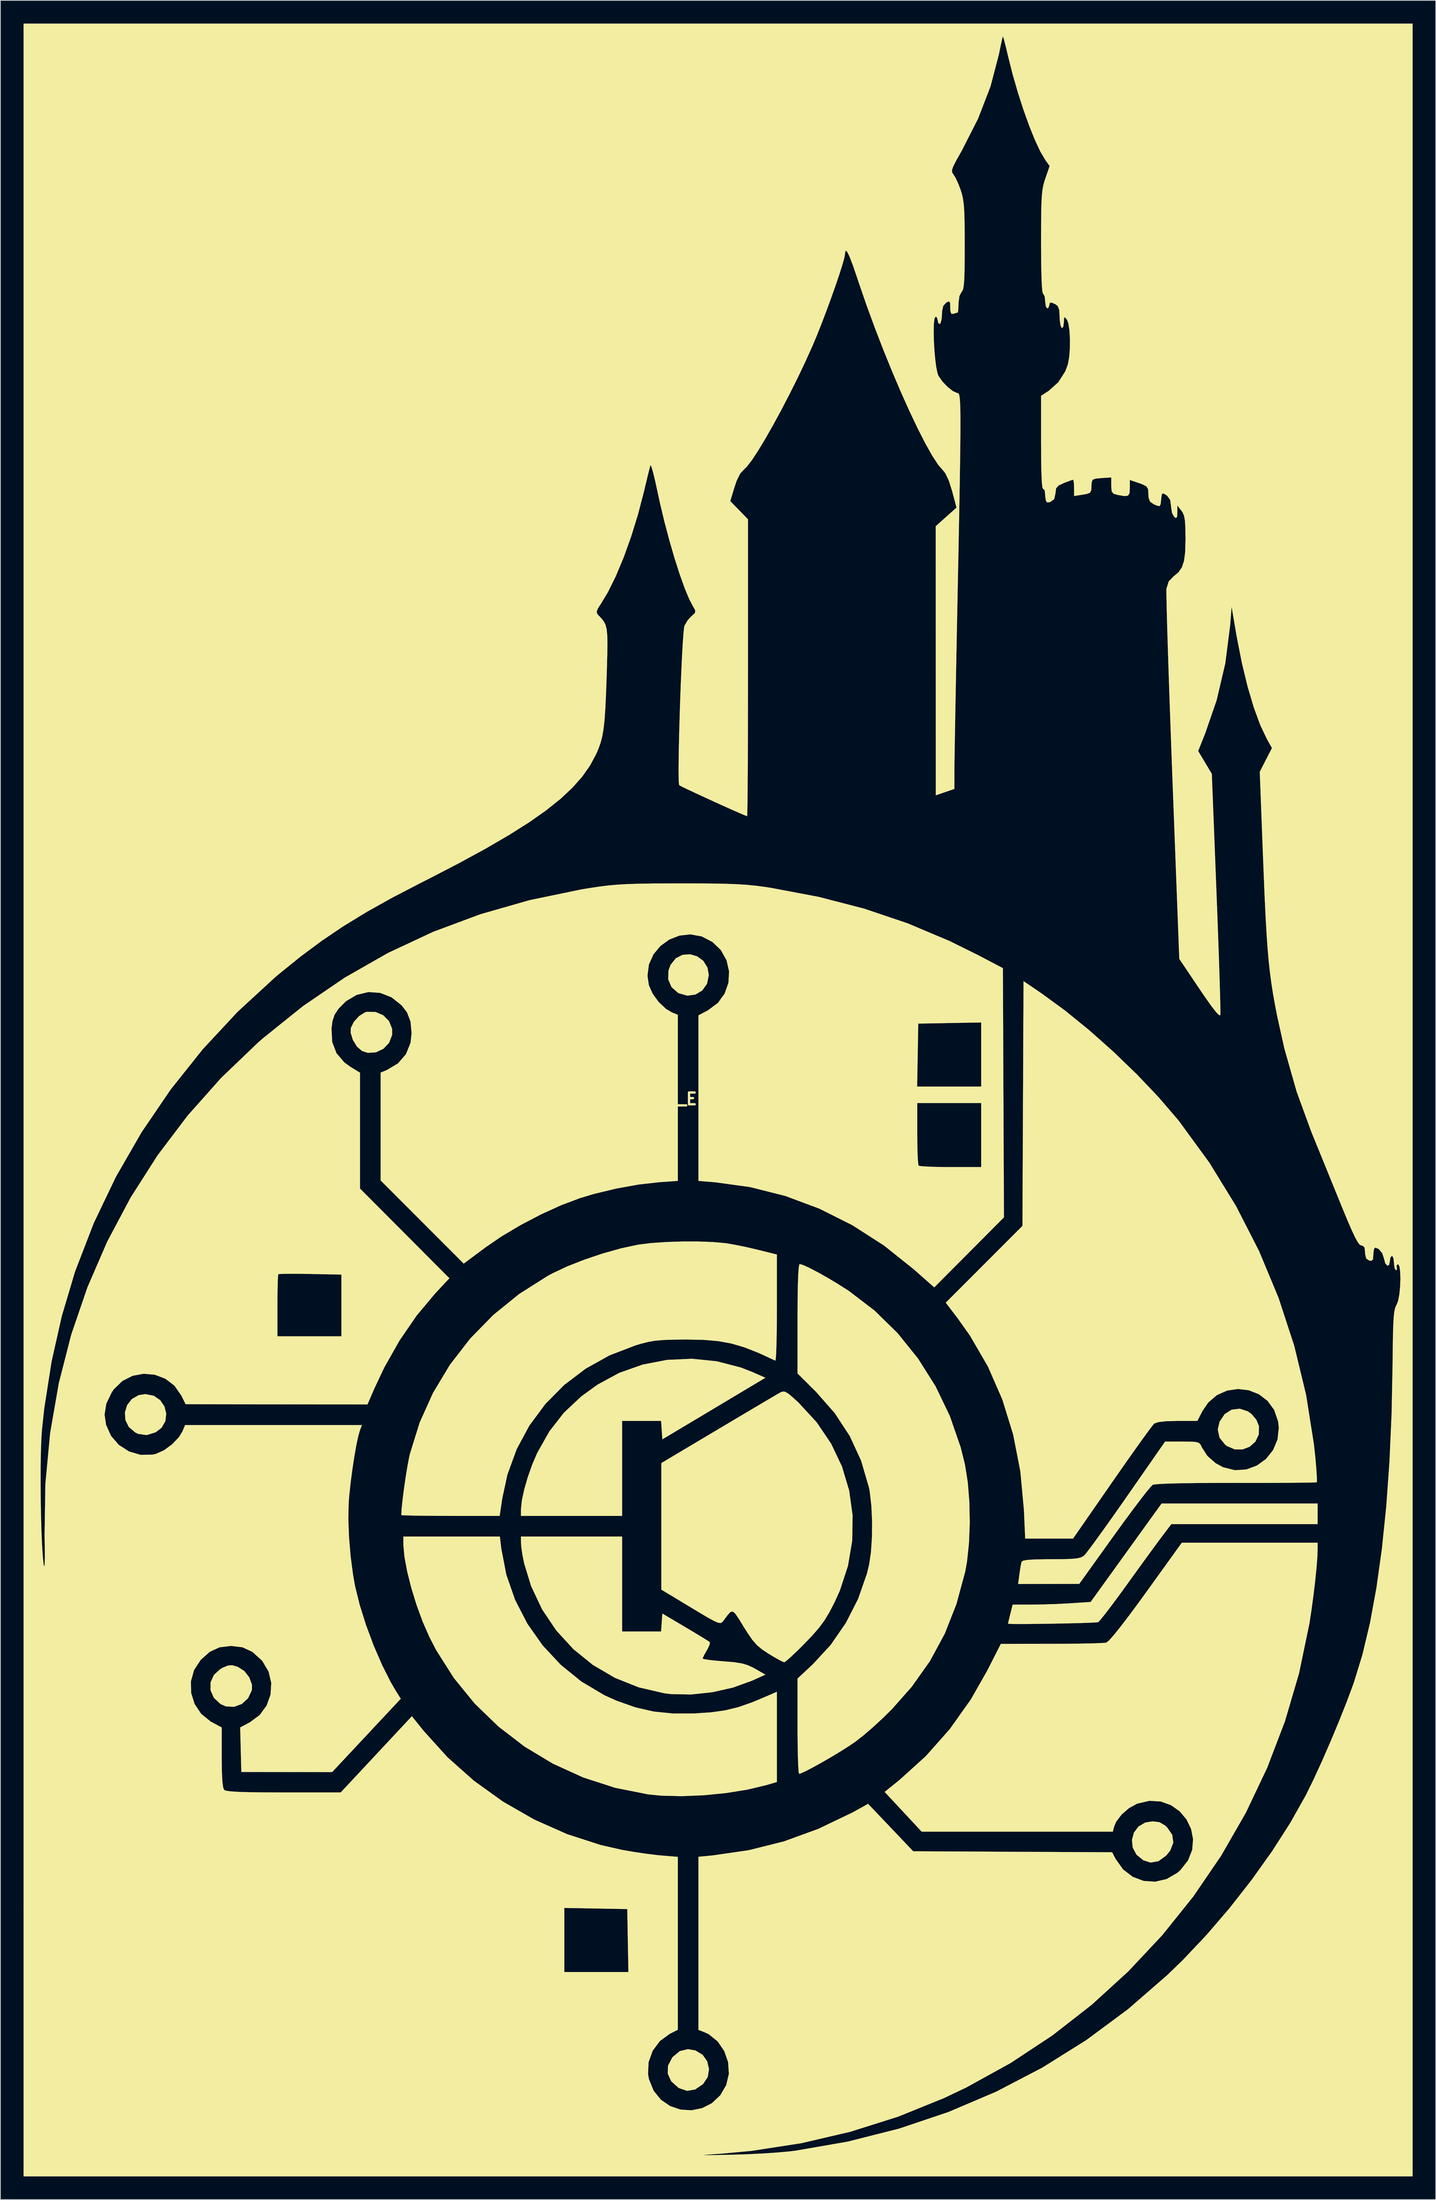
<source format=kicad_pcb>
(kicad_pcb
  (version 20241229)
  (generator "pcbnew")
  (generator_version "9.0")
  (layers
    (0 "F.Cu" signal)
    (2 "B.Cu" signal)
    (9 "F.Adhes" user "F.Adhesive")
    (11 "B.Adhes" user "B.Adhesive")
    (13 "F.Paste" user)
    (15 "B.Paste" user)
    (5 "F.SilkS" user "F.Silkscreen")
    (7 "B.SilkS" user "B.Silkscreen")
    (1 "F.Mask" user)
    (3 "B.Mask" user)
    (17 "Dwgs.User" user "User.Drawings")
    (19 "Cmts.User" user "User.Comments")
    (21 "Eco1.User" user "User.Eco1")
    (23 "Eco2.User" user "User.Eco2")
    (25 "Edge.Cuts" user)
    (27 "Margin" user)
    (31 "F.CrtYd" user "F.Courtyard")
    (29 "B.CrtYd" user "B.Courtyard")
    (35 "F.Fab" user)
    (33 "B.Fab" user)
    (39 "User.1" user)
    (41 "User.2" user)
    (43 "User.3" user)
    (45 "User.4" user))
  (footprint "LOGO_ElectroCastle"
    (layer "F.Cu")
    (at 89.841 139.304)
    (property "Reference" "LOGO_ElectroCastle" (at 0 0 0) (layer "F.SilkS") (effects (font (size 1.524 1.524) (thickness 0.3))))
    (attr through_hole)
    (fp_poly (pts (xy -72.97 38.449) (xy -72.135 39.021) (xy -71.585 39.835) (xy -71.352 40.778) (xy -71.467 41.737) (xy -71.96 42.597) (xy -72.719 43.177) (xy -73.886 43.543) (xy -74.99 43.386) (xy -75.368 43.208) (xy -76.214 42.487) (xy -76.65 41.578) (xy -76.708 40.595) (xy -76.418 39.654) (xy -75.812 38.872) (xy -74.918 38.365) (xy -74.061 38.234) (xy -72.97 38.449)) (stroke (width 0.01) (type solid)) (fill yes) (layer "F.SilkS"))
    (fp_poly (pts (xy -2.802 123.258) (xy -1.868 123.815) (xy -1.269 124.67) (xy -1.04 125.682) (xy -1.211 126.71) (xy -1.814 127.614) (xy -2.839 128.314) (xy -3.889 128.486) (xy -4.943 128.127) (xy -4.996 128.094) (xy -5.927 127.264) (xy -6.384 126.278) (xy -6.35 125.223) (xy -5.81 124.183) (xy -5.749 124.109) (xy -4.825 123.34) (xy -3.769 123.088) (xy -2.802 123.258)) (stroke (width 0.01) (type solid)) (fill yes) (layer "F.SilkS"))
    (fp_poly (pts (xy -2.554 -18.463) (xy -1.765 -17.874) (xy -1.234 -17.003) (xy -1.069 -16.042) (xy -1.299 -14.915) (xy -1.913 -14.053) (xy -2.802 -13.52) (xy -3.856 -13.38) (xy -4.964 -13.695) (xy -5.051 -13.742) (xy -5.898 -14.486) (xy -6.324 -15.48) (xy -6.299 -16.608) (xy -6.013 -17.384) (xy -5.329 -18.231) (xy -4.449 -18.672) (xy -3.486 -18.74) (xy -2.554 -18.463)) (stroke (width 0.01) (type solid)) (fill yes) (layer "F.SilkS"))
    (fp_poly (pts (xy 57.326 93.692) (xy 58.044 94.115) (xy 58.307 94.36) (xy 58.971 95.324) (xy 59.107 96.335) (xy 58.718 97.358) (xy 58.179 98.017) (xy 57.184 98.735) (xy 56.166 98.919) (xy 55.212 98.616) (xy 54.325 97.883) (xy 53.847 96.968) (xy 53.75 95.982) (xy 54.007 95.039) (xy 54.592 94.25) (xy 55.478 93.729) (xy 56.415 93.579) (xy 57.326 93.692)) (stroke (width 0.01) (type solid)) (fill yes) (layer "F.SilkS"))
    (fp_poly (pts (xy 68.764 40.47) (xy 69.219 40.79) (xy 69.87 41.563) (xy 70.2 42.366) (xy 70.179 43.469) (xy 69.747 44.382) (xy 69.011 45.047) (xy 68.077 45.404) (xy 67.052 45.393) (xy 66.044 44.955) (xy 65.825 44.787) (xy 65.09 43.872) (xy 64.868 42.816) (xy 65.1 41.811) (xy 65.758 40.823) (xy 66.665 40.252) (xy 67.705 40.125) (xy 68.764 40.47)) (stroke (width 0.01) (type solid)) (fill yes) (layer "F.SilkS"))
    (fp_poly (pts (xy -44.238 -11.269) (xy -43.242 -10.838) (xy -42.494 -10.084) (xy -42.098 -9.102) (xy -42.089 -8.303) (xy -42.48 -7.276) (xy -43.225 -6.497) (xy -44.19 -6.038) (xy -45.243 -5.971) (xy -45.987 -6.209) (xy -46.652 -6.784) (xy -47.177 -7.642) (xy -47.459 -8.567) (xy -47.442 -9.191) (xy -47.045 -9.999) (xy -46.371 -10.738) (xy -45.607 -11.217) (xy -45.379 -11.283) (xy -44.238 -11.269)) (stroke (width 0.01) (type solid)) (fill yes) (layer "F.SilkS"))
    (fp_poly (pts (xy -62.109 73.557) (xy -62.08 73.568) (xy -61.235 74.111) (xy -60.59 74.941) (xy -60.249 75.882) (xy -60.267 76.598) (xy -60.764 77.646) (xy -61.575 78.379) (xy -62.575 78.744) (xy -63.641 78.684) (xy -64.323 78.383) (xy -65.19 77.574) (xy -65.617 76.593) (xy -65.609 75.56) (xy -65.173 74.597) (xy -64.316 73.825) (xy -64.08 73.697) (xy -63.361 73.394) (xy -62.802 73.354) (xy -62.109 73.557)) (stroke (width 0.01) (type solid)) (fill yes) (layer "F.SilkS"))
    (fp_poly (pts (xy -0.031 33.983) (xy 3.089 34.79) (xy 4.671 35.41) (xy 6.266 36.117) (xy -0.409 40.107) (xy -7.085 44.096) (xy -7.167 42.903) (xy -7.248 41.709) (xy -12.299 41.709) (xy -12.299 54.008) (xy -25.4 54.008) (xy -25.4 53.115) (xy -25.287 52.012) (xy -24.978 50.585) (xy -24.517 48.987) (xy -23.948 47.373) (xy -23.317 45.896) (xy -23.297 45.854) (xy -21.719 43.058) (xy -19.836 40.641) (xy -17.572 38.519) (xy -15.488 37.01) (xy -12.672 35.484) (xy -9.641 34.412) (xy -6.472 33.8) (xy -3.243 33.655) (xy -0.031 33.983)) (stroke (width 0.01) (type solid)) (fill yes) (layer "F.SilkS"))
    (fp_poly (pts (xy 77.804 55.078) (xy 58.852 55.078) (xy 57.686 56.615) (xy 57.174 57.301) (xy 56.419 58.33) (xy 55.486 59.61) (xy 54.442 61.049) (xy 53.355 62.555) (xy 53.094 62.919) (xy 52.08 64.315) (xy 51.157 65.559) (xy 50.375 66.586) (xy 49.783 67.331) (xy 49.43 67.732) (xy 49.365 67.781) (xy 49.015 67.817) (xy 48.243 67.853) (xy 47.142 67.89) (xy 45.806 67.925) (xy 44.329 67.956) (xy 42.803 67.982) (xy 41.322 68.002) (xy 39.979 68.013) (xy 38.868 68.015) (xy 38.082 68.006) (xy 37.714 67.984) (xy 37.699 67.976) (xy 37.758 67.684) (xy 37.909 67.052) (xy 37.998 66.693) (xy 38.297 65.505) (xy 40.739 65.504) (xy 42.197 65.483) (xy 43.876 65.428) (xy 45.462 65.35) (xy 45.79 65.33) (xy 48.4 65.157) (xy 57.591 52.404) (xy 77.804 52.404) (xy 77.804 55.078)) (stroke (width 0.01) (type solid)) (fill yes) (layer "F.SilkS"))
    (fp_poly (pts (xy -27.956 58.219) (xy -27.296 61.636) (xy -26.154 64.907) (xy -24.57 67.978) (xy -22.582 70.8) (xy -20.231 73.318) (xy -17.556 75.482) (xy -14.596 77.239) (xy -13.023 77.948) (xy -10.572 78.813) (xy -8.201 79.356) (xy -5.723 79.608) (xy -2.961 79.601) (xy -0.788 79.457) (xy 1.052 79.199) (xy 2.756 78.784) (xy 4.522 78.167) (xy 5.682 77.688) (xy 7.754 76.794) (xy 7.754 88.484) (xy 6.345 88.894) (xy 3.912 89.473) (xy 1.17 89.913) (xy -1.711 90.198) (xy -4.562 90.316) (xy -7.212 90.253) (xy -8.921 90.086) (xy -13.212 89.231) (xy -17.338 87.896) (xy -21.259 86.109) (xy -24.935 83.898) (xy -28.325 81.294) (xy -31.389 78.325) (xy -34.088 75.02) (xy -36.381 71.408) (xy -37.289 69.649) (xy -38.143 67.693) (xy -38.926 65.553) (xy -39.602 63.358) (xy -40.137 61.237) (xy -40.494 59.318) (xy -40.639 57.729) (xy -40.64 57.588) (xy -40.64 56.682) (xy -28.135 56.682) (xy -27.956 58.219)) (stroke (width 0.01) (type solid)) (fill yes) (layer "F.SilkS"))
    (fp_poly (pts (xy -12.299 68.981) (xy -7.248 68.981) (xy -7.167 67.82) (xy -7.085 66.659) (xy -4.088 68.433) (xy -2.955 69.108) (xy -1.993 69.691) (xy -1.294 70.124) (xy -0.948 70.352) (xy -0.932 70.366) (xy -0.956 70.671) (xy -1.212 71.236) (xy -1.321 71.424) (xy -1.672 72.037) (xy -1.86 72.441) (xy -1.871 72.489) (xy -1.623 72.576) (xy -0.953 72.678) (xy 0.028 72.782) (xy 0.856 72.849) (xy 2.212 72.966) (xy 3.194 73.117) (xy 3.963 73.34) (xy 4.679 73.672) (xy 4.926 73.809) (xy 6.268 74.576) (xy 4.538 75.354) (xy 2.073 76.248) (xy -0.621 76.854) (xy -3.363 77.144) (xy -5.972 77.094) (xy -6.818 76.991) (xy -10.131 76.225) (xy -13.228 74.991) (xy -16.071 73.325) (xy -18.619 71.265) (xy -20.832 68.848) (xy -22.671 66.11) (xy -24.095 63.089) (xy -24.989 60.158) (xy -25.203 59.107) (xy -25.35 58.133) (xy -25.396 57.551) (xy -25.4 56.682) (xy -12.299 56.682) (xy -12.299 68.981)) (stroke (width 0.01) (type solid)) (fill yes) (layer "F.SilkS"))
    (fp_poly (pts (xy 8.826 37.93) (xy 9.247 38.18) (xy 9.869 38.704) (xy 10.574 39.355) (xy 12.91 41.888) (xy 14.784 44.659) (xy 16.19 47.624) (xy 17.119 50.735) (xy 17.563 53.946) (xy 17.512 57.212) (xy 16.96 60.486) (xy 15.897 63.721) (xy 15.222 65.207) (xy 14.541 66.52) (xy 13.898 67.58) (xy 13.177 68.55) (xy 12.259 69.592) (xy 11.402 70.488) (xy 10.471 71.42) (xy 9.661 72.191) (xy 9.05 72.73) (xy 8.715 72.966) (xy 8.689 72.97) (xy 8.347 72.827) (xy 7.686 72.469) (xy 6.838 71.967) (xy 6.684 71.873) (xy 5.822 71.301) (xy 5.153 70.735) (xy 4.551 70.038) (xy 3.89 69.076) (xy 3.476 68.416) (xy 2.814 67.337) (xy 2.365 66.67) (xy 2.036 66.387) (xy 1.734 66.46) (xy 1.368 66.864) (xy 0.844 67.569) (xy 0.802 67.624) (xy 0.637 67.81) (xy 0.436 67.894) (xy 0.127 67.845) (xy -0.362 67.634) (xy -1.103 67.232) (xy -2.166 66.607) (xy -3.409 65.86) (xy -7.219 63.562) (xy -7.219 47.169) (xy 0.172 42.768) (xy 1.998 41.682) (xy 3.697 40.673) (xy 5.211 39.776) (xy 6.479 39.026) (xy 7.441 38.46) (xy 8.036 38.114) (xy 8.181 38.031) (xy 8.504 37.899) (xy 8.826 37.93)) (stroke (width 0.01) (type solid)) (fill yes) (layer "F.SilkS"))
    (fp_poly (pts (xy -2.435 18.467) (xy -0.501 18.538) (xy 1.1 18.684) (xy 1.337 18.717) (xy 2.449 18.915) (xy 3.814 19.196) (xy 5.172 19.508) (xy 5.414 19.568) (xy 7.754 20.153) (xy 7.754 27.077) (xy 7.746 28.931) (xy 7.726 30.591) (xy 7.693 31.987) (xy 7.652 33.049) (xy 7.603 33.71) (xy 7.553 33.903) (xy 5.414 32.914) (xy 3.567 32.185) (xy 1.859 31.682) (xy 0.137 31.368) (xy -1.751 31.208) (xy -3.958 31.166) (xy -4.144 31.167) (xy -5.786 31.184) (xy -7.035 31.23) (xy -8.031 31.321) (xy -8.915 31.473) (xy -9.828 31.704) (xy -10.548 31.917) (xy -13.927 33.215) (xy -17.025 34.942) (xy -19.811 37.058) (xy -22.25 39.527) (xy -24.31 42.309) (xy -25.957 45.368) (xy -27.159 48.664) (xy -27.824 51.751) (xy -28.16 54.008) (xy -34.534 54.008) (xy -36.316 54.004) (xy -37.906 53.992) (xy -39.23 53.974) (xy -40.216 53.951) (xy -40.79 53.923) (xy -40.907 53.903) (xy -40.862 53.096) (xy -40.738 51.915) (xy -40.559 50.51) (xy -40.345 49.032) (xy -40.117 47.633) (xy -39.897 46.462) (xy -39.791 45.987) (xy -38.532 41.934) (xy -36.791 38.067) (xy -34.599 34.426) (xy -31.987 31.052) (xy -28.988 27.985) (xy -25.633 25.265) (xy -21.953 22.932) (xy -21.376 22.619) (xy -19.458 21.711) (xy -17.196 20.82) (xy -14.778 20.009) (xy -12.391 19.341) (xy -10.224 18.878) (xy -10.18 18.871) (xy -8.575 18.671) (xy -6.639 18.535) (xy -4.537 18.466) (xy -2.435 18.467)) (stroke (width 0.01) (type solid)) (fill yes) (layer "F.SilkS"))
    (fp_poly (pts (xy 11.174 21.526) (xy 11.998 21.902) (xy 13.076 22.463) (xy 14.311 23.157) (xy 15.606 23.931) (xy 16.865 24.731) (xy 17.098 24.885) (xy 20.406 27.414) (xy 23.4 30.349) (xy 26.047 33.637) (xy 28.312 37.229) (xy 30.161 41.073) (xy 31.561 45.119) (xy 32.123 47.395) (xy 32.481 49.648) (xy 32.686 52.207) (xy 32.738 54.894) (xy 32.637 57.532) (xy 32.381 59.944) (xy 32.146 61.247) (xy 31.015 65.424) (xy 29.508 69.254) (xy 27.591 72.804) (xy 25.228 76.139) (xy 22.672 79.03) (xy 21.495 80.192) (xy 20.217 81.37) (xy 18.99 82.428) (xy 17.968 83.229) (xy 17.955 83.239) (xy 17.08 83.834) (xy 15.993 84.522) (xy 14.793 85.245) (xy 13.579 85.948) (xy 12.452 86.573) (xy 11.512 87.062) (xy 10.857 87.36) (xy 10.628 87.424) (xy 10.571 87.171) (xy 10.52 86.457) (xy 10.478 85.357) (xy 10.448 83.946) (xy 10.43 82.298) (xy 10.427 81.255) (xy 10.427 75.08) (xy 12.434 73.206) (xy 14.727 70.716) (xy 16.693 67.868) (xy 18.274 64.766) (xy 19.41 61.516) (xy 19.705 60.296) (xy 19.941 58.699) (xy 20.067 56.771) (xy 20.084 54.705) (xy 19.991 52.694) (xy 19.79 50.929) (xy 19.676 50.324) (xy 18.672 46.879) (xy 17.201 43.679) (xy 15.25 40.702) (xy 12.808 37.924) (xy 12.781 37.898) (xy 10.427 35.556) (xy 10.427 28.473) (xy 10.438 26.042) (xy 10.468 24.111) (xy 10.519 22.689) (xy 10.589 21.783) (xy 10.679 21.402) (xy 10.701 21.389) (xy 11.174 21.526)) (stroke (width 0.01) (type solid)) (fill yes) (layer "F.SilkS"))
    (fp_poly (pts (xy 42.111 -13.622) (xy 45.105 -11.435) (xy 48.233 -8.89) (xy 51.371 -6.099) (xy 54.4 -3.174) (xy 57.199 -0.229) (xy 59.647 2.624) (xy 59.9 2.941) (xy 63.789 8.269) (xy 67.235 13.874) (xy 70.225 19.719) (xy 72.744 25.769) (xy 74.778 31.99) (xy 76.312 38.345) (xy 77.333 44.799) (xy 77.526 46.636) (xy 77.628 47.823) (xy 77.694 48.797) (xy 77.718 49.445) (xy 77.701 49.656) (xy 77.42 49.677) (xy 76.664 49.696) (xy 75.489 49.712) (xy 73.954 49.725) (xy 72.118 49.734) (xy 70.039 49.738) (xy 67.775 49.738) (xy 67.269 49.737) (xy 64.518 49.739) (xy 62.111 49.755) (xy 60.082 49.784) (xy 58.465 49.826) (xy 57.294 49.879) (xy 56.604 49.944) (xy 56.44 49.985) (xy 56.161 50.264) (xy 55.617 50.922) (xy 54.853 51.902) (xy 53.912 53.146) (xy 52.839 54.596) (xy 51.677 56.195) (xy 51.433 56.534) (xy 46.923 62.818) (xy 42.963 62.825) (xy 39.003 62.832) (xy 39.173 61.562) (xy 39.295 60.738) (xy 39.409 60.116) (xy 39.448 59.957) (xy 39.653 59.814) (xy 40.2 59.714) (xy 41.145 59.653) (xy 42.544 59.626) (xy 43.276 59.623) (xy 44.808 59.614) (xy 45.9 59.579) (xy 46.644 59.509) (xy 47.133 59.393) (xy 47.461 59.221) (xy 47.545 59.155) (xy 47.827 58.827) (xy 48.371 58.115) (xy 49.137 57.075) (xy 50.085 55.763) (xy 51.171 54.237) (xy 52.358 52.551) (xy 53.067 51.535) (xy 58.042 44.383) (xy 60.27 44.383) (xy 61.362 44.39) (xy 62.041 44.437) (xy 62.43 44.559) (xy 62.652 44.795) (xy 62.819 45.154) (xy 63.521 46.244) (xy 64.6 47.188) (xy 65.564 47.711) (xy 67.088 48.09) (xy 68.571 47.996) (xy 69.937 47.491) (xy 71.115 46.635) (xy 72.029 45.491) (xy 72.607 44.118) (xy 72.776 42.579) (xy 72.686 41.779) (xy 72.172 40.28) (xy 71.306 39.098) (xy 70.176 38.244) (xy 68.87 37.732) (xy 67.474 37.572) (xy 66.077 37.777) (xy 64.766 38.359) (xy 63.628 39.33) (xy 62.878 40.439) (xy 62.225 41.709) (xy 59.638 41.709) (xy 58.176 41.748) (xy 57.163 41.861) (xy 56.641 42.044) (xy 56.394 42.338) (xy 55.883 43.018) (xy 55.146 44.03) (xy 54.224 45.319) (xy 53.155 46.83) (xy 51.978 48.51) (xy 51.175 49.663) (xy 46.121 56.949) (xy 43.021 56.949) (xy 39.92 56.949) (xy 39.757 53.273) (xy 39.293 48.25) (xy 38.361 43.471) (xy 36.961 38.944) (xy 35.097 34.674) (xy 32.771 30.669) (xy 31.234 28.501) (xy 29.631 26.388) (xy 34.598 21.415) (xy 39.566 16.442) (xy 39.635 0.59) (xy 39.704 -15.263) (xy 42.111 -13.622)) (stroke (width 0.01) (type solid)) (fill yes) (layer "F.SilkS"))
    (fp_poly (pts (xy 90.103 139.566) (xy -89.836 139.566) (xy -89.836 113.097) (xy -19.785 113.097) (xy -11.483 113.097) (xy -11.557 109.019) (xy -11.631 104.942) (xy -15.708 104.868) (xy -19.785 104.794) (xy -19.785 113.097) (xy -89.836 113.097) (xy -89.836 49.758) (xy -87.632 49.758) (xy -87.615 51.897) (xy -87.577 54.011) (xy -87.519 56.001) (xy -87.442 57.77) (xy -87.348 59.222) (xy -87.238 60.259) (xy -87.212 60.425) (xy -87.149 60.577) (xy -87.106 60.239) (xy -87.085 59.455) (xy -87.086 58.27) (xy -87.112 56.729) (xy -87.116 56.547) (xy -87.012 49.86) (xy -86.394 43.278) (xy -85.273 36.824) (xy -83.66 30.523) (xy -82.379 26.781) (xy -56.949 26.781) (xy -56.949 30.747) (xy -48.661 30.747) (xy -48.661 22.753) (xy -52.695 22.673) (xy -54.105 22.652) (xy -55.316 22.648) (xy -56.23 22.659) (xy -56.754 22.685) (xy -56.839 22.704) (xy -56.878 22.997) (xy -56.911 23.727) (xy -56.935 24.8) (xy -56.948 26.118) (xy -56.949 26.781) (xy -82.379 26.781) (xy -81.564 24.398) (xy -78.997 18.474) (xy -75.969 12.774) (xy -72.49 7.321) (xy -68.571 2.14) (xy -64.222 -2.745) (xy -59.454 -7.31) (xy -58.821 -7.864) (xy -53.639 -12.025) (xy -48.249 -15.704) (xy -42.634 -18.908) (xy -36.776 -21.647) (xy -30.659 -23.927) (xy -24.267 -25.756) (xy -17.583 -27.142) (xy -16.313 -27.35) (xy -15.157 -27.521) (xy -14.058 -27.655) (xy -12.929 -27.756) (xy -11.679 -27.829) (xy -10.219 -27.877) (xy -8.461 -27.905) (xy -6.315 -27.918) (xy -4.679 -27.919) (xy -2.235 -27.915) (xy -0.236 -27.897) (xy 1.407 -27.862) (xy 2.782 -27.806) (xy 3.979 -27.724) (xy 5.088 -27.612) (xy 6.196 -27.465) (xy 6.955 -27.35) (xy 13.174 -26.175) (xy 19.051 -24.653) (xy 24.672 -22.757) (xy 30.124 -20.458) (xy 33.822 -18.628) (xy 37.031 -16.945) (xy 37.099 -0.803) (xy 37.168 15.338) (xy 32.653 19.875) (xy 28.137 24.413) (xy 25.499 22.079) (xy 21.627 18.987) (xy 17.539 16.362) (xy 13.266 14.217) (xy 8.834 12.564) (xy 4.274 11.416) (xy -0.201 10.8) (xy -2.406 10.618) (xy -2.406 0.535) (xy 25.935 0.535) (xy 25.935 4.501) (xy 25.946 5.906) (xy 25.978 7.117) (xy 26.025 8.035) (xy 26.084 8.562) (xy 26.113 8.645) (xy 26.43 8.708) (xy 27.183 8.761) (xy 28.274 8.8) (xy 29.603 8.821) (xy 30.257 8.823) (xy 34.223 8.823) (xy 34.223 0.535) (xy 25.935 0.535) (xy -2.406 0.535) (xy -2.406 -1.604) (xy 25.921 -1.604) (xy 34.223 -1.604) (xy 34.223 -9.907) (xy 30.146 -9.833) (xy 26.068 -9.759) (xy 25.921 -1.604) (xy -2.406 -1.604) (xy -2.406 -10.829) (xy -1.171 -11.485) (xy 0.105 -12.434) (xy 0.99 -13.655) (xy 1.477 -15.05) (xy 1.56 -16.52) (xy 1.232 -17.967) (xy 0.486 -19.292) (xy -0.592 -20.331) (xy -1.988 -21.056) (xy -3.436 -21.317) (xy -4.859 -21.163) (xy -6.185 -20.646) (xy -7.337 -19.816) (xy -8.242 -18.724) (xy -8.825 -17.422) (xy -9.011 -15.958) (xy -8.831 -14.733) (xy -8.348 -13.64) (xy -7.56 -12.559) (xy -6.622 -11.671) (xy -5.879 -11.228) (xy -5.08 -10.897) (xy -5.08 10.615) (xy -7.502 10.787) (xy -10.158 11.086) (xy -13.034 11.604) (xy -15.89 12.29) (xy -17.78 12.855) (xy -20.203 13.77) (xy -22.826 14.967) (xy -25.469 16.35) (xy -27.952 17.827) (xy -29.977 19.214) (xy -32.816 21.331) (xy -38.198 15.944) (xy -43.581 10.556) (xy -43.581 -3.411) (xy -42.768 -3.748) (xy -41.331 -4.606) (xy -40.3 -5.798) (xy -39.707 -7.273) (xy -39.571 -8.528) (xy -39.706 -10.011) (xy -40.151 -11.191) (xy -40.858 -12.123) (xy -42.177 -13.17) (xy -43.646 -13.742) (xy -45.177 -13.844) (xy -46.683 -13.482) (xy -48.074 -12.659) (xy -49.03 -11.693) (xy -49.549 -10.906) (xy -49.829 -10.056) (xy -49.945 -9.101) (xy -49.854 -7.378) (xy -49.304 -5.928) (xy -48.29 -4.738) (xy -47.55 -4.201) (xy -46.255 -3.396) (xy -46.255 11.603) (xy -40.464 17.415) (xy -34.674 23.227) (xy -36.547 25.234) (xy -38.917 28.066) (xy -41.135 31.299) (xy -43.118 34.803) (xy -44.388 37.498) (xy -45.282 39.571) (xy -57.065 39.558) (xy -68.847 39.546) (xy -69.4 38.422) (xy -70.296 37.141) (xy -71.475 36.24) (xy -72.836 35.724) (xy -74.281 35.597) (xy -75.712 35.863) (xy -77.029 36.529) (xy -78.133 37.597) (xy -78.415 38.006) (xy -79.12 39.474) (xy -79.344 40.882) (xy -79.156 42.191) (xy -78.51 43.644) (xy -77.488 44.819) (xy -76.19 45.657) (xy -74.716 46.098) (xy -73.167 46.083) (xy -72.713 45.984) (xy -71.646 45.508) (xy -70.578 44.725) (xy -69.696 43.793) (xy -69.247 43.043) (xy -68.916 42.244) (xy -46.001 42.244) (xy -46.275 42.966) (xy -46.49 43.721) (xy -46.735 44.886) (xy -46.99 46.337) (xy -47.236 47.95) (xy -47.456 49.604) (xy -47.628 51.174) (xy -47.718 52.271) (xy -47.767 54.357) (xy -47.678 56.756) (xy -47.466 59.267) (xy -47.147 61.689) (xy -46.895 63.097) (xy -46.299 65.522) (xy -45.477 68.138) (xy -44.489 70.789) (xy -43.398 73.317) (xy -42.263 75.566) (xy -41.58 76.729) (xy -40.97 77.694) (xy -45.417 82.446) (xy -49.864 87.198) (xy -61.628 87.185) (xy -61.702 84.299) (xy -61.776 81.414) (xy -60.534 80.758) (xy -59.252 79.808) (xy -58.348 78.573) (xy -57.841 77.155) (xy -57.749 75.658) (xy -58.092 74.185) (xy -58.888 72.84) (xy -59.037 72.667) (xy -60.213 71.616) (xy -61.477 71.032) (xy -62.965 70.853) (xy -64.456 71.033) (xy -65.719 71.617) (xy -66.894 72.667) (xy -67.755 73.987) (xy -68.16 75.448) (xy -68.128 76.949) (xy -67.677 78.384) (xy -66.828 79.652) (xy -65.598 80.649) (xy -65.404 80.757) (xy -64.168 81.413) (xy -64.168 85.303) (xy -64.148 87.098) (xy -64.086 88.383) (xy -63.981 89.186) (xy -63.848 89.515) (xy -63.576 89.619) (xy -62.967 89.7) (xy -61.98 89.761) (xy -60.579 89.803) (xy -58.724 89.827) (xy -56.376 89.836) (xy -56.141 89.836) (xy -48.756 89.836) (xy -44.144 84.897) (xy -39.533 79.958) (xy -37.977 81.892) (xy -34.928 85.267) (xy -31.485 88.326) (xy -27.713 91.033) (xy -23.675 93.347) (xy -19.437 95.232) (xy -15.061 96.648) (xy -12.291 97.276) (xy -10.816 97.532) (xy -9.238 97.766) (xy -7.812 97.943) (xy -7.286 97.994) (xy -5.08 98.18) (xy -5.08 120.572) (xy -6.134 121.11) (xy -7.41 122.042) (xy -8.339 123.299) (xy -8.867 124.764) (xy -8.941 126.321) (xy -8.824 126.974) (xy -8.211 128.479) (xy -7.269 129.641) (xy -6.085 130.454) (xy -4.746 130.913) (xy -3.34 131.009) (xy -1.952 130.737) (xy -0.67 130.089) (xy 0.42 129.059) (xy 1.19 127.74) (xy 1.536 126.278) (xy 1.434 124.771) (xy 0.935 123.337) (xy 0.089 122.096) (xy -1.056 121.166) (xy -1.671 120.874) (xy -2.406 120.596) (xy -2.406 98.167) (xy -0.602 97.996) (xy 4.102 97.317) (xy 8.652 96.178) (xy 13.112 94.555) (xy 17.552 92.427) (xy 18.673 91.81) (xy 19.566 91.306) (xy 22.49 94.381) (xy 25.414 97.456) (xy 38.3 97.52) (xy 51.186 97.584) (xy 51.638 98.455) (xy 52.604 99.807) (xy 53.842 100.759) (xy 55.257 101.294) (xy 56.756 101.397) (xy 58.247 101.052) (xy 59.634 100.243) (xy 60.021 99.902) (xy 61.021 98.634) (xy 61.556 97.273) (xy 61.669 95.888) (xy 61.407 94.548) (xy 60.812 93.322) (xy 59.931 92.277) (xy 58.806 91.483) (xy 57.484 91.007) (xy 56.008 90.919) (xy 54.424 91.287) (xy 54.417 91.289) (xy 53.365 91.868) (xy 52.408 92.701) (xy 51.702 93.635) (xy 51.443 94.252) (xy 51.277 94.916) (xy 26.513 94.916) (xy 21.711 89.765) (xy 23.622 88.227) (xy 27.044 85.135) (xy 30.143 81.639) (xy 32.878 77.788) (xy 34.958 74.136) (xy 36.763 70.591) (xy 43.314 70.585) (xy 45.161 70.577) (xy 46.854 70.558) (xy 48.311 70.53) (xy 49.452 70.495) (xy 50.195 70.455) (xy 50.434 70.425) (xy 50.767 70.158) (xy 51.376 69.475) (xy 52.239 68.405) (xy 53.332 66.978) (xy 54.634 65.22) (xy 55.607 63.878) (xy 60.21 57.484) (xy 77.804 57.484) (xy 77.804 58.392) (xy 77.762 59.434) (xy 77.646 60.873) (xy 77.47 62.581) (xy 77.248 64.427) (xy 76.996 66.283) (xy 76.73 68.002) (xy 75.4 74.392) (xy 73.573 80.614) (xy 71.27 86.642) (xy 68.51 92.452) (xy 65.313 98.018) (xy 61.697 103.316) (xy 57.682 108.319) (xy 53.288 113.004) (xy 48.534 117.343) (xy 43.439 121.314) (xy 38.024 124.889) (xy 32.306 128.044) (xy 29.411 129.424) (xy 23.461 131.833) (xy 17.272 133.788) (xy 10.911 135.272) (xy 4.447 136.268) (xy 0.668 136.616) (xy -0.535 136.7) (xy -1.339 136.76) (xy -1.724 136.798) (xy -1.667 136.817) (xy -1.147 136.817) (xy -0.145 136.802) (xy 1.363 136.773) (xy 2.139 136.757) (xy 3.994 136.698) (xy 5.928 136.601) (xy 7.772 136.477) (xy 9.359 136.335) (xy 10.16 136.241) (xy 16.964 135.058) (xy 23.583 133.381) (xy 29.999 131.22) (xy 36.191 128.582) (xy 42.143 125.477) (xy 47.836 121.914) (xy 53.252 117.902) (xy 58.371 113.45) (xy 60.341 111.54) (xy 63.409 108.298) (xy 66.413 104.794) (xy 69.277 101.133) (xy 71.921 97.42) (xy 74.268 93.76) (xy 76.24 90.257) (xy 76.406 89.935) (xy 77.359 87.979) (xy 78.417 85.668) (xy 79.513 83.152) (xy 80.583 80.585) (xy 81.564 78.118) (xy 82.389 75.903) (xy 82.519 75.535) (xy 83.619 71.947) (xy 84.589 67.863) (xy 85.426 63.305) (xy 86.127 58.297) (xy 86.689 52.861) (xy 87.109 47.021) (xy 87.386 40.798) (xy 87.513 34.468) (xy 87.536 32.291) (xy 87.565 30.584) (xy 87.603 29.282) (xy 87.656 28.32) (xy 87.727 27.633) (xy 87.821 27.157) (xy 87.942 26.826) (xy 88.038 26.657) (xy 88.243 26.113) (xy 88.396 25.275) (xy 88.492 24.277) (xy 88.527 23.254) (xy 88.497 22.342) (xy 88.397 21.677) (xy 88.223 21.392) (xy 88.203 21.389) (xy 88.024 21.584) (xy 88.061 21.791) (xy 88.066 22.135) (xy 87.956 22.192) (xy 87.785 21.957) (xy 87.699 21.379) (xy 87.697 21.256) (xy 87.63 20.637) (xy 87.465 20.328) (xy 87.429 20.32) (xy 87.231 20.549) (xy 87.162 21.011) (xy 87.057 21.51) (xy 86.818 21.584) (xy 86.562 21.282) (xy 86.41 20.7) (xy 86.168 19.972) (xy 85.703 19.428) (xy 85.239 19.251) (xy 85.095 19.485) (xy 85.024 20.06) (xy 85.023 20.161) (xy 84.978 20.768) (xy 84.783 20.97) (xy 84.488 20.932) (xy 84.097 20.673) (xy 83.958 20.08) (xy 83.954 19.888) (xy 83.883 19.247) (xy 83.625 19) (xy 83.465 18.983) (xy 83.261 18.884) (xy 83.001 18.551) (xy 82.66 17.934) (xy 82.213 16.984) (xy 81.635 15.647) (xy 80.901 13.875) (xy 80.668 13.302) (xy 79.9 11.413) (xy 79.102 9.452) (xy 78.329 7.553) (xy 77.635 5.854) (xy 77.078 4.488) (xy 76.992 4.28) (xy 75.086 -0.939) (xy 73.509 -6.482) (xy 72.598 -10.561) (xy 72.295 -12.112) (xy 72.036 -13.56) (xy 71.814 -14.97) (xy 71.623 -16.408) (xy 71.457 -17.939) (xy 71.311 -19.629) (xy 71.18 -21.543) (xy 71.056 -23.747) (xy 70.935 -26.306) (xy 70.81 -29.285) (xy 70.711 -31.817) (xy 70.308 -42.378) (xy 71.096 -43.916) (xy 71.884 -45.454) (xy 71.245 -46.597) (xy 70.376 -48.42) (xy 69.532 -50.714) (xy 68.733 -53.413) (xy 67.997 -56.452) (xy 67.343 -59.768) (xy 67.252 -60.29) (xy 66.659 -63.765) (xy 66.472 -61.36) (xy 65.839 -56.408) (xy 64.722 -51.649) (xy 63.232 -47.334) (xy 62.327 -45.072) (xy 63.212 -43.591) (xy 64.097 -42.111) (xy 64.701 -26.737) (xy 64.81 -23.908) (xy 64.909 -21.23) (xy 64.997 -18.753) (xy 65.072 -16.526) (xy 65.133 -14.598) (xy 65.177 -13.017) (xy 65.204 -11.835) (xy 65.212 -11.099) (xy 65.204 -10.866) (xy 65.048 -10.843) (xy 64.66 -11.23) (xy 64.03 -12.043) (xy 63.147 -13.293) (xy 62.493 -14.256) (xy 59.882 -18.144) (xy 58.99 -41.624) (xy 58.858 -45.143) (xy 58.735 -48.524) (xy 58.622 -51.728) (xy 58.52 -54.715) (xy 58.43 -57.442) (xy 58.354 -59.872) (xy 58.293 -61.962) (xy 58.248 -63.673) (xy 58.221 -64.965) (xy 58.213 -65.796) (xy 58.222 -66.11) (xy 58.515 -67.043) (xy 59.122 -67.668) (xy 59.77 -68.218) (xy 60.217 -68.856) (xy 60.496 -69.689) (xy 60.642 -70.824) (xy 60.687 -72.367) (xy 60.687 -72.644) (xy 60.67 -73.982) (xy 60.616 -74.903) (xy 60.505 -75.523) (xy 60.322 -75.961) (xy 60.158 -76.2) (xy 59.635 -76.868) (xy 59.629 -75.967) (xy 59.592 -75.388) (xy 59.449 -75.252) (xy 59.222 -75.398) (xy 58.947 -75.89) (xy 58.822 -76.66) (xy 58.821 -76.752) (xy 58.706 -77.594) (xy 58.306 -78.133) (xy 58.219 -78.198) (xy 57.816 -78.446) (xy 57.632 -78.357) (xy 57.549 -77.84) (xy 57.535 -77.678) (xy 57.461 -77.013) (xy 57.3 -76.783) (xy 56.903 -76.89) (xy 56.561 -77.045) (xy 56.089 -77.373) (xy 55.901 -77.901) (xy 55.88 -78.357) (xy 55.842 -78.977) (xy 55.637 -79.341) (xy 55.129 -79.607) (xy 54.677 -79.768) (xy 53.474 -80.178) (xy 53.474 -79.125) (xy 53.436 -78.469) (xy 53.241 -78.148) (xy 52.768 -78.094) (xy 51.903 -78.239) (xy 51.36 -78.401) (xy 51.123 -78.712) (xy 51.068 -79.355) (xy 51.067 -79.456) (xy 51.067 -80.507) (xy 49.797 -80.426) (xy 49.031 -80.355) (xy 48.656 -80.202) (xy 48.529 -79.861) (xy 48.511 -79.482) (xy 48.479 -78.854) (xy 48.318 -78.528) (xy 47.885 -78.365) (xy 47.257 -78.26) (xy 46.255 -78.105) (xy 46.255 -79.158) (xy 46.226 -79.822) (xy 46.154 -80.186) (xy 46.126 -80.211) (xy 45.821 -80.12) (xy 45.207 -79.892) (xy 44.923 -79.78) (xy 44.238 -79.455) (xy 43.927 -79.1) (xy 43.849 -78.543) (xy 43.848 -78.472) (xy 43.676 -77.695) (xy 43.15 -77.315) (xy 42.757 -77.269) (xy 42.596 -77.505) (xy 42.514 -78.085) (xy 42.512 -78.221) (xy 42.448 -78.829) (xy 42.281 -79.023) (xy 42.244 -79.007) (xy 42.148 -79.207) (xy 42.072 -79.931) (xy 42.019 -81.169) (xy 41.987 -82.912) (xy 41.977 -84.963) (xy 41.977 -91.083) (xy 42.971 -91.729) (xy 44.202 -92.828) (xy 45.116 -94.256) (xy 45.448 -95.152) (xy 45.62 -96.084) (xy 45.709 -97.238) (xy 45.718 -98.458) (xy 45.65 -99.591) (xy 45.509 -100.484) (xy 45.327 -100.947) (xy 45.062 -101.255) (xy 44.952 -101.162) (xy 44.927 -100.602) (xy 44.926 -100.582) (xy 44.853 -100.011) (xy 44.674 -99.85) (xy 44.651 -99.862) (xy 44.495 -100.205) (xy 44.399 -100.892) (xy 44.383 -101.339) (xy 44.33 -102.209) (xy 44.139 -102.705) (xy 43.866 -102.927) (xy 43.317 -103.173) (xy 43.085 -103.095) (xy 43.046 -102.803) (xy 42.902 -102.447) (xy 42.779 -102.402) (xy 42.602 -102.637) (xy 42.514 -103.215) (xy 42.512 -103.338) (xy 42.444 -103.956) (xy 42.279 -104.266) (xy 42.244 -104.274) (xy 42.154 -104.537) (xy 42.081 -105.312) (xy 42.027 -106.576) (xy 41.992 -108.306) (xy 41.977 -110.478) (xy 41.977 -110.957) (xy 41.98 -113.062) (xy 41.994 -114.71) (xy 42.024 -115.981) (xy 42.074 -116.951) (xy 42.15 -117.701) (xy 42.258 -118.307) (xy 42.402 -118.849) (xy 42.532 -119.243) (xy 43.086 -120.846) (xy 42.517 -121.645) (xy 41.887 -122.711) (xy 41.183 -124.211) (xy 40.439 -126.054) (xy 39.688 -128.15) (xy 38.96 -130.409) (xy 38.289 -132.739) (xy 37.708 -135.051) (xy 37.697 -135.097) (xy 37.439 -136.184) (xy 37.222 -137.034) (xy 37.075 -137.542) (xy 37.028 -137.637) (xy 36.949 -137.359) (xy 36.797 -136.68) (xy 36.597 -135.726) (xy 36.509 -135.288) (xy 35.427 -131.155) (xy 33.82 -126.992) (xy 31.7 -122.822) (xy 31.58 -122.612) (xy 30.965 -121.524) (xy 30.595 -120.795) (xy 30.436 -120.325) (xy 30.456 -120.018) (xy 30.609 -119.786) (xy 30.91 -119.3) (xy 31.276 -118.498) (xy 31.547 -117.782) (xy 31.73 -117.194) (xy 31.867 -116.581) (xy 31.964 -115.856) (xy 32.028 -114.931) (xy 32.064 -113.717) (xy 32.081 -112.127) (xy 32.084 -110.548) (xy 32.079 -108.609) (xy 32.059 -107.139) (xy 32.02 -106.07) (xy 31.959 -105.337) (xy 31.87 -104.872) (xy 31.749 -104.61) (xy 31.683 -104.541) (xy 31.401 -104.018) (xy 31.283 -103.139) (xy 31.282 -103.038) (xy 31.259 -102.331) (xy 31.202 -101.915) (xy 31.17 -101.867) (xy 30.856 -101.784) (xy 30.636 -101.705) (xy 30.351 -101.701) (xy 30.23 -102.057) (xy 30.213 -102.509) (xy 30.187 -103.13) (xy 30.053 -103.317) (xy 29.725 -103.171) (xy 29.678 -103.142) (xy 29.299 -102.723) (xy 29.151 -102.002) (xy 29.143 -101.685) (xy 29.085 -100.95) (xy 28.938 -100.467) (xy 28.876 -100.397) (xy 28.665 -100.479) (xy 28.608 -100.782) (xy 28.487 -101.225) (xy 28.309 -101.333) (xy 28.169 -101.086) (xy 28.089 -100.422) (xy 28.064 -99.453) (xy 28.087 -98.293) (xy 28.154 -97.055) (xy 28.259 -95.852) (xy 28.397 -94.796) (xy 28.562 -94.001) (xy 28.681 -93.678) (xy 29.182 -92.951) (xy 29.851 -92.247) (xy 30.541 -91.701) (xy 31.103 -91.445) (xy 31.169 -91.44) (xy 31.254 -91.414) (xy 31.328 -91.315) (xy 31.39 -91.113) (xy 31.441 -90.777) (xy 31.481 -90.276) (xy 31.51 -89.581) (xy 31.526 -88.661) (xy 31.532 -87.484) (xy 31.526 -86.022) (xy 31.508 -84.242) (xy 31.479 -82.116) (xy 31.439 -79.611) (xy 31.387 -76.698) (xy 31.323 -73.346) (xy 31.248 -69.525) (xy 31.161 -65.204) (xy 31.148 -64.569) (xy 31.083 -61.332) (xy 31.021 -58.192) (xy 30.964 -55.202) (xy 30.911 -52.41) (xy 30.864 -49.866) (xy 30.825 -47.622) (xy 30.793 -45.726) (xy 30.77 -44.23) (xy 30.756 -43.182) (xy 30.752 -42.737) (xy 30.747 -40.156) (xy 29.544 -39.746) (xy 28.341 -39.336) (xy 28.336 -56.765) (xy 28.33 -74.195) (xy 29.677 -75.398) (xy 31.023 -76.601) (xy 30.454 -78.74) (xy 30.014 -80.127) (xy 29.554 -81.076) (xy 29.277 -81.414) (xy 28.65 -82.14) (xy 27.879 -83.321) (xy 26.989 -84.903) (xy 26.002 -86.834) (xy 24.943 -89.06) (xy 23.835 -91.527) (xy 22.702 -94.183) (xy 21.567 -96.975) (xy 20.455 -99.848) (xy 19.39 -102.751) (xy 18.394 -105.63) (xy 18.157 -106.346) (xy 17.594 -107.995) (xy 17.158 -109.13) (xy 16.845 -109.758) (xy 16.652 -109.883) (xy 16.577 -109.511) (xy 16.576 -109.421) (xy 16.482 -108.911) (xy 16.221 -107.992) (xy 15.826 -106.754) (xy 15.327 -105.284) (xy 14.755 -103.671) (xy 14.142 -102.003) (xy 13.519 -100.368) (xy 12.917 -98.856) (xy 12.42 -97.672) (xy 11.488 -95.6) (xy 10.47 -93.46) (xy 9.401 -91.316) (xy 8.317 -89.231) (xy 7.252 -87.27) (xy 6.242 -85.495) (xy 5.321 -83.971) (xy 4.525 -82.761) (xy 3.889 -81.928) (xy 3.548 -81.596) (xy 3.005 -81.016) (xy 2.541 -80.078) (xy 2.261 -79.252) (xy 1.714 -77.444) (xy 2.862 -76.263) (xy 4.011 -75.081) (xy 4.011 -55.855) (xy 4.009 -52.702) (xy 4.004 -49.71) (xy 3.997 -46.921) (xy 3.988 -44.378) (xy 3.976 -42.122) (xy 3.962 -40.196) (xy 3.947 -38.642) (xy 3.93 -37.502) (xy 3.912 -36.82) (xy 3.896 -36.629) (xy 3.604 -36.736) (xy 2.925 -37.025) (xy 1.954 -37.452) (xy 0.789 -37.975) (xy -0.475 -38.549) (xy -1.741 -39.129) (xy -2.913 -39.673) (xy -3.894 -40.135) (xy -4.588 -40.473) (xy -4.899 -40.641) (xy -4.902 -40.644) (xy -4.952 -40.956) (xy -4.978 -41.73) (xy -4.983 -42.896) (xy -4.967 -44.381) (xy -4.935 -46.114) (xy -4.888 -48.024) (xy -4.829 -50.038) (xy -4.76 -52.085) (xy -4.683 -54.094) (xy -4.602 -55.993) (xy -4.517 -57.711) (xy -4.432 -59.176) (xy -4.348 -60.316) (xy -4.269 -61.06) (xy -4.219 -61.303) (xy -3.79 -62.033) (xy -3.29 -62.558) (xy -2.86 -62.954) (xy -2.822 -63.29) (xy -3.044 -63.685) (xy -3.576 -64.682) (xy -4.18 -66.126) (xy -4.831 -67.938) (xy -5.504 -70.04) (xy -6.177 -72.353) (xy -6.823 -74.798) (xy -7.419 -77.297) (xy -7.757 -78.861) (xy -8.033 -80.13) (xy -8.282 -81.147) (xy -8.482 -81.832) (xy -8.609 -82.103) (xy -8.633 -82.082) (xy -8.743 -81.674) (xy -8.944 -80.864) (xy -9.208 -79.773) (xy -9.486 -78.606) (xy -10.247 -75.69) (xy -11.129 -72.839) (xy -12.096 -70.151) (xy -13.11 -67.722) (xy -14.136 -65.649) (xy -14.961 -64.277) (xy -15.419 -63.562) (xy -15.594 -63.13) (xy -15.522 -62.835) (xy -15.358 -62.644) (xy -14.963 -62.236) (xy -14.663 -61.852) (xy -14.447 -61.417) (xy -14.304 -60.855) (xy -14.225 -60.093) (xy -14.2 -59.056) (xy -14.217 -57.667) (xy -14.267 -55.853) (xy -14.297 -54.875) (xy -14.379 -52.54) (xy -14.466 -50.661) (xy -14.57 -49.161) (xy -14.7 -47.96) (xy -14.868 -46.98) (xy -15.083 -46.143) (xy -15.356 -45.371) (xy -15.654 -44.68) (xy -16.441 -43.209) (xy -17.454 -41.764) (xy -18.725 -40.324) (xy -20.283 -38.866) (xy -22.158 -37.368) (xy -24.38 -35.809) (xy -26.98 -34.166) (xy -29.986 -32.417) (xy -33.43 -30.54) (xy -37.341 -28.513) (xy -38.367 -27.994) (xy -42.075 -26.071) (xy -45.377 -24.226) (xy -48.383 -22.388) (xy -51.203 -20.486) (xy -53.944 -18.45) (xy -56.715 -16.209) (xy -57.243 -15.765) (xy -62.106 -11.293) (xy -66.63 -6.429) (xy -70.785 -1.216) (xy -74.542 4.304) (xy -77.872 10.085) (xy -80.745 16.086) (xy -83.131 22.263) (xy -83.198 22.459) (xy -84.886 28.126) (xy -86.219 34.066) (xy -87.165 40.129) (xy -87.459 42.889) (xy -87.541 44.158) (xy -87.596 45.791) (xy -87.626 47.69) (xy -87.632 49.758) (xy -89.836 49.758) (xy -89.836 -139.299) (xy 90.103 -139.299) (xy 90.103 139.566)) (stroke (width 0.01) (type solid)) (fill yes) (layer "F.SilkS")))
  (gr_rect
    (start -3 -3)
    (end 182.949 281.875)
    (stroke (width 0.1) (type default))
    (fill no)
    (layer "Edge.Cuts")))
</source>
